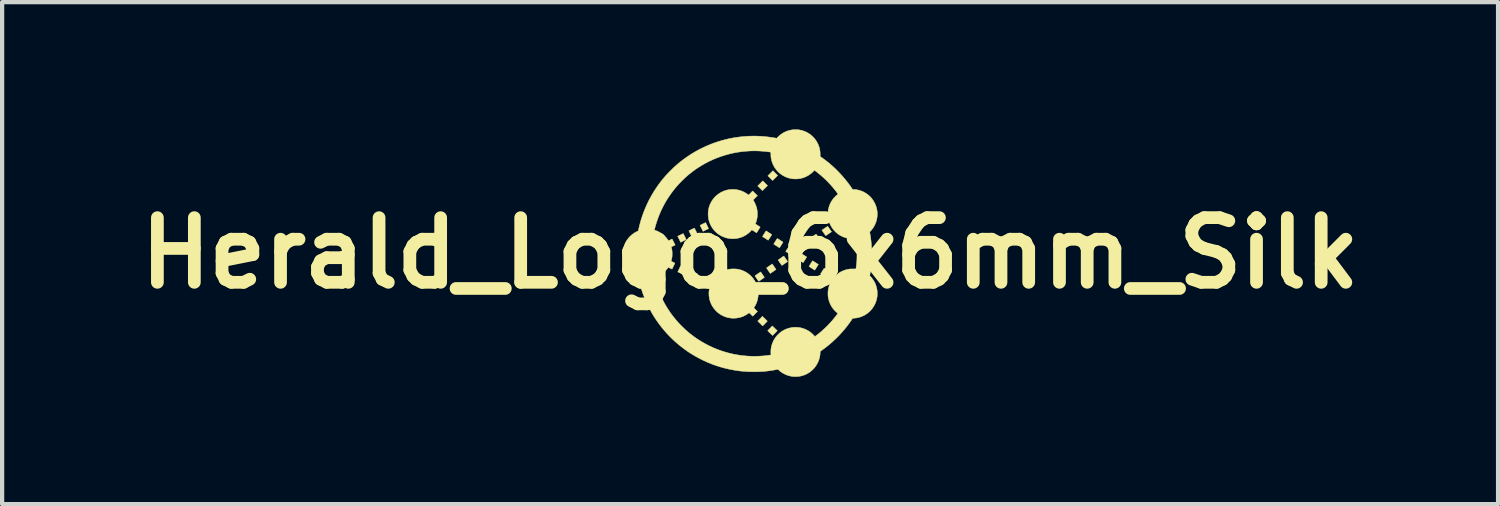
<source format=kicad_pcb>
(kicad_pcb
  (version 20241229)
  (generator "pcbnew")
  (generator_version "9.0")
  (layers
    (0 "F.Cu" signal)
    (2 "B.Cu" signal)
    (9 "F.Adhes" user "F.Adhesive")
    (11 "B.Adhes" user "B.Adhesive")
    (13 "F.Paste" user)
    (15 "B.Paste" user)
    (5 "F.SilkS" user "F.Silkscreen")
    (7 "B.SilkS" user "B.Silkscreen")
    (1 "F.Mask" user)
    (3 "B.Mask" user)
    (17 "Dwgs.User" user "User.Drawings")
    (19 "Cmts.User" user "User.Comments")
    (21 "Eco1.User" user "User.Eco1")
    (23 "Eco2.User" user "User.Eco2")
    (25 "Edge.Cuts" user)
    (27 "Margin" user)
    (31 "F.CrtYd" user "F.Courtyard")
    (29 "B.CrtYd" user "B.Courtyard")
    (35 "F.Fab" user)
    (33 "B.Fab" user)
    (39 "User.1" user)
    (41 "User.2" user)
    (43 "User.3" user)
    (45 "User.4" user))
  (footprint "Herald_Logo_6x6mm_Silk"
    (layer "F.Cu")
    (at 14.63 2.915)
    (property "Reference" "Herald_Logo_6x6mm_Silk" (at 0 0 0) (layer "F.SilkS") (effects (font (size 1.524 1.524) (thickness 0.3))))
    (attr exclude_from_pos_files exclude_from_bom)
    (fp_poly (pts (xy 0.349 1.547) (xy 0.407 1.604) (xy 0.4 1.612) (xy 0.397 1.616) (xy 0.391 1.622) (xy 0.383 1.63) (xy 0.374 1.64) (xy 0.363 1.651) (xy 0.351 1.663) (xy 0.345 1.669) (xy 0.297 1.718) (xy 0.239 1.661) (xy 0.18 1.603) (xy 0.236 1.547) (xy 0.291 1.49) (xy 0.349 1.547)) (stroke (width 0.01) (type solid)) (fill yes) (layer "F.SilkS"))
    (fp_poly (pts (xy 0.595 -1.885) (xy 0.651 -1.829) (xy 0.592 -1.77) (xy 0.579 -1.757) (xy 0.566 -1.745) (xy 0.556 -1.734) (xy 0.546 -1.725) (xy 0.539 -1.718) (xy 0.534 -1.713) (xy 0.531 -1.71) (xy 0.531 -1.71) (xy 0.53 -1.712) (xy 0.525 -1.716) (xy 0.519 -1.722) (xy 0.51 -1.731) (xy 0.5 -1.741) (xy 0.488 -1.752) (xy 0.476 -1.765) (xy 0.475 -1.766) (xy 0.419 -1.821) (xy 0.539 -1.941) (xy 0.595 -1.885)) (stroke (width 0.01) (type solid)) (fill yes) (layer "F.SilkS"))
    (fp_poly (pts (xy 0.356 -1.646) (xy 0.412 -1.59) (xy 0.352 -1.53) (xy 0.339 -1.517) (xy 0.327 -1.505) (xy 0.316 -1.495) (xy 0.307 -1.486) (xy 0.3 -1.478) (xy 0.295 -1.474) (xy 0.292 -1.471) (xy 0.292 -1.471) (xy 0.29 -1.473) (xy 0.286 -1.477) (xy 0.279 -1.483) (xy 0.271 -1.492) (xy 0.261 -1.502) (xy 0.249 -1.513) (xy 0.236 -1.526) (xy 0.235 -1.527) (xy 0.18 -1.582) (xy 0.24 -1.642) (xy 0.3 -1.702) (xy 0.356 -1.646)) (stroke (width 0.01) (type solid)) (fill yes) (layer "F.SilkS"))
    (fp_poly (pts (xy -1.02 -0.663) (xy -1.013 -0.648) (xy -1.005 -0.633) (xy -0.999 -0.619) (xy -0.993 -0.608) (xy -0.989 -0.598) (xy -0.986 -0.592) (xy -0.985 -0.591) (xy -0.978 -0.576) (xy -1.044 -0.544) (xy -1.109 -0.512) (xy -1.144 -0.583) (xy -1.152 -0.599) (xy -1.16 -0.614) (xy -1.166 -0.627) (xy -1.171 -0.638) (xy -1.175 -0.647) (xy -1.178 -0.653) (xy -1.179 -0.655) (xy -1.179 -0.655) (xy -1.177 -0.656) (xy -1.171 -0.659) (xy -1.163 -0.663) (xy -1.152 -0.668) (xy -1.139 -0.674) (xy -1.125 -0.682) (xy -1.113 -0.687) (xy -1.048 -0.719) (xy -1.02 -0.663)) (stroke (width 0.01) (type solid)) (fill yes) (layer "F.SilkS"))
    (fp_poly (pts (xy 1.83 -0.631) (xy 1.831 -0.63) (xy 1.833 -0.627) (xy 1.836 -0.623) (xy 1.841 -0.617) (xy 1.846 -0.609) (xy 1.854 -0.598) (xy 1.862 -0.586) (xy 1.873 -0.57) (xy 1.886 -0.551) (xy 1.897 -0.535) (xy 1.92 -0.502) (xy 1.854 -0.457) (xy 1.839 -0.446) (xy 1.825 -0.437) (xy 1.812 -0.429) (xy 1.802 -0.421) (xy 1.794 -0.416) (xy 1.788 -0.412) (xy 1.785 -0.41) (xy 1.785 -0.41) (xy 1.783 -0.411) (xy 1.779 -0.416) (xy 1.773 -0.423) (xy 1.766 -0.433) (xy 1.762 -0.44) (xy 1.753 -0.452) (xy 1.743 -0.467) (xy 1.732 -0.483) (xy 1.722 -0.497) (xy 1.717 -0.505) (xy 1.693 -0.539) (xy 1.76 -0.585) (xy 1.775 -0.595) (xy 1.789 -0.605) (xy 1.802 -0.613) (xy 1.812 -0.62) (xy 1.82 -0.626) (xy 1.826 -0.63) (xy 1.829 -0.631) (xy 1.829 -0.631) (xy 1.83 -0.631)) (stroke (width 0.01) (type solid)) (fill yes) (layer "F.SilkS"))
    (fp_poly (pts (xy 0.534 1.726) (xy 0.537 1.729) (xy 0.544 1.736) (xy 0.552 1.744) (xy 0.562 1.754) (xy 0.574 1.765) (xy 0.586 1.777) (xy 0.592 1.783) (xy 0.642 1.831) (xy 0.587 1.887) (xy 0.575 1.899) (xy 0.563 1.911) (xy 0.553 1.921) (xy 0.544 1.93) (xy 0.538 1.937) (xy 0.533 1.941) (xy 0.531 1.943) (xy 0.531 1.943) (xy 0.529 1.941) (xy 0.525 1.937) (xy 0.518 1.931) (xy 0.509 1.923) (xy 0.499 1.913) (xy 0.487 1.902) (xy 0.474 1.889) (xy 0.473 1.888) (xy 0.46 1.875) (xy 0.448 1.864) (xy 0.438 1.853) (xy 0.429 1.845) (xy 0.422 1.838) (xy 0.417 1.833) (xy 0.415 1.831) (xy 0.415 1.831) (xy 0.417 1.829) (xy 0.421 1.825) (xy 0.427 1.818) (xy 0.435 1.809) (xy 0.445 1.799) (xy 0.456 1.787) (xy 0.469 1.775) (xy 0.47 1.774) (xy 0.524 1.718) (xy 0.534 1.726)) (stroke (width 0.01) (type solid)) (fill yes) (layer "F.SilkS"))
    (fp_poly (pts (xy -1.574 -0.458) (xy -1.571 -0.452) (xy -1.567 -0.444) (xy -1.562 -0.434) (xy -1.556 -0.422) (xy -1.549 -0.409) (xy -1.542 -0.395) (xy -1.535 -0.381) (xy -1.528 -0.367) (xy -1.522 -0.354) (xy -1.516 -0.342) (xy -1.511 -0.332) (xy -1.508 -0.325) (xy -1.506 -0.32) (xy -1.505 -0.318) (xy -1.507 -0.317) (xy -1.513 -0.315) (xy -1.521 -0.311) (xy -1.531 -0.305) (xy -1.543 -0.3) (xy -1.555 -0.293) (xy -1.568 -0.287) (xy -1.581 -0.28) (xy -1.594 -0.274) (xy -1.605 -0.269) (xy -1.614 -0.264) (xy -1.621 -0.261) (xy -1.625 -0.259) (xy -1.637 -0.254) (xy -1.651 -0.284) (xy -1.657 -0.296) (xy -1.663 -0.31) (xy -1.671 -0.326) (xy -1.679 -0.341) (xy -1.686 -0.355) (xy -1.706 -0.396) (xy -1.642 -0.428) (xy -1.627 -0.435) (xy -1.612 -0.442) (xy -1.6 -0.448) (xy -1.59 -0.453) (xy -1.582 -0.457) (xy -1.577 -0.459) (xy -1.575 -0.459) (xy -1.574 -0.458)) (stroke (width 0.01) (type solid)) (fill yes) (layer "F.SilkS"))
    (fp_poly (pts (xy -1.083 0.566) (xy -1.074 0.57) (xy -1.064 0.575) (xy -1.052 0.581) (xy -1.039 0.587) (xy -1.025 0.594) (xy -1.012 0.6) (xy -1 0.606) (xy -0.989 0.611) (xy -0.98 0.616) (xy -0.974 0.619) (xy -0.97 0.621) (xy -0.97 0.621) (xy -0.971 0.623) (xy -0.973 0.628) (xy -0.977 0.637) (xy -0.981 0.647) (xy -0.987 0.659) (xy -0.993 0.672) (xy -1 0.686) (xy -1.007 0.701) (xy -1.013 0.714) (xy -1.019 0.727) (xy -1.025 0.739) (xy -1.03 0.749) (xy -1.034 0.757) (xy -1.036 0.761) (xy -1.037 0.762) (xy -1.039 0.762) (xy -1.045 0.76) (xy -1.053 0.756) (xy -1.064 0.751) (xy -1.077 0.745) (xy -1.091 0.738) (xy -1.104 0.732) (xy -1.119 0.725) (xy -1.133 0.718) (xy -1.146 0.712) (xy -1.156 0.707) (xy -1.164 0.703) (xy -1.168 0.7) (xy -1.169 0.699) (xy -1.169 0.697) (xy -1.166 0.691) (xy -1.162 0.683) (xy -1.157 0.671) (xy -1.151 0.658) (xy -1.144 0.643) (xy -1.136 0.628) (xy -1.136 0.627) (xy -1.102 0.557) (xy -1.083 0.566)) (stroke (width 0.01) (type solid)) (fill yes) (layer "F.SilkS"))
    (fp_poly (pts (xy 0.532 0.27) (xy 0.538 0.279) (xy 0.546 0.289) (xy 0.554 0.301) (xy 0.563 0.314) (xy 0.572 0.327) (xy 0.581 0.34) (xy 0.589 0.352) (xy 0.596 0.363) (xy 0.602 0.373) (xy 0.607 0.38) (xy 0.61 0.384) (xy 0.611 0.386) (xy 0.609 0.388) (xy 0.604 0.392) (xy 0.596 0.398) (xy 0.585 0.406) (xy 0.57 0.417) (xy 0.553 0.429) (xy 0.545 0.434) (xy 0.53 0.444) (xy 0.516 0.454) (xy 0.504 0.462) (xy 0.493 0.469) (xy 0.485 0.474) (xy 0.479 0.478) (xy 0.477 0.48) (xy 0.477 0.48) (xy 0.475 0.478) (xy 0.472 0.474) (xy 0.466 0.466) (xy 0.459 0.456) (xy 0.451 0.445) (xy 0.442 0.431) (xy 0.432 0.417) (xy 0.431 0.416) (xy 0.419 0.398) (xy 0.41 0.384) (xy 0.403 0.373) (xy 0.397 0.364) (xy 0.393 0.358) (xy 0.391 0.353) (xy 0.39 0.35) (xy 0.39 0.349) (xy 0.39 0.348) (xy 0.392 0.346) (xy 0.398 0.342) (xy 0.406 0.337) (xy 0.416 0.329) (xy 0.428 0.321) (xy 0.442 0.312) (xy 0.457 0.301) (xy 0.458 0.301) (xy 0.523 0.256) (xy 0.532 0.27)) (stroke (width 0.01) (type solid)) (fill yes) (layer "F.SilkS"))
    (fp_poly (pts (xy 1.476 0.183) (xy 1.481 0.186) (xy 1.489 0.191) (xy 1.499 0.198) (xy 1.511 0.206) (xy 1.525 0.214) (xy 1.54 0.224) (xy 1.543 0.226) (xy 1.611 0.269) (xy 1.599 0.286) (xy 1.595 0.293) (xy 1.589 0.302) (xy 1.582 0.314) (xy 1.573 0.327) (xy 1.564 0.341) (xy 1.557 0.353) (xy 1.548 0.366) (xy 1.541 0.377) (xy 1.534 0.387) (xy 1.529 0.395) (xy 1.526 0.4) (xy 1.524 0.402) (xy 1.524 0.402) (xy 1.522 0.401) (xy 1.517 0.398) (xy 1.509 0.393) (xy 1.499 0.386) (xy 1.487 0.378) (xy 1.473 0.37) (xy 1.458 0.36) (xy 1.456 0.359) (xy 1.441 0.349) (xy 1.427 0.34) (xy 1.415 0.332) (xy 1.405 0.325) (xy 1.397 0.319) (xy 1.392 0.316) (xy 1.39 0.314) (xy 1.39 0.314) (xy 1.391 0.311) (xy 1.394 0.306) (xy 1.399 0.298) (xy 1.405 0.288) (xy 1.412 0.277) (xy 1.42 0.264) (xy 1.428 0.251) (xy 1.437 0.238) (xy 1.445 0.225) (xy 1.453 0.213) (xy 1.46 0.202) (xy 1.466 0.193) (xy 1.47 0.187) (xy 1.473 0.183) (xy 1.474 0.182) (xy 1.476 0.183)) (stroke (width 0.01) (type solid)) (fill yes) (layer "F.SilkS"))
    (fp_poly (pts (xy 1.559 -0.444) (xy 1.563 -0.438) (xy 1.568 -0.43) (xy 1.575 -0.42) (xy 1.583 -0.409) (xy 1.591 -0.396) (xy 1.6 -0.383) (xy 1.609 -0.37) (xy 1.617 -0.358) (xy 1.625 -0.346) (xy 1.632 -0.335) (xy 1.638 -0.327) (xy 1.642 -0.32) (xy 1.644 -0.317) (xy 1.645 -0.316) (xy 1.643 -0.314) (xy 1.638 -0.311) (xy 1.631 -0.306) (xy 1.622 -0.299) (xy 1.612 -0.292) (xy 1.611 -0.292) (xy 1.598 -0.283) (xy 1.582 -0.272) (xy 1.566 -0.261) (xy 1.551 -0.251) (xy 1.544 -0.246) (xy 1.509 -0.222) (xy 1.492 -0.248) (xy 1.477 -0.27) (xy 1.464 -0.288) (xy 1.454 -0.304) (xy 1.445 -0.316) (xy 1.438 -0.327) (xy 1.432 -0.335) (xy 1.428 -0.341) (xy 1.425 -0.346) (xy 1.424 -0.349) (xy 1.422 -0.352) (xy 1.422 -0.353) (xy 1.422 -0.354) (xy 1.423 -0.355) (xy 1.423 -0.355) (xy 1.425 -0.357) (xy 1.431 -0.36) (xy 1.438 -0.366) (xy 1.448 -0.373) (xy 1.46 -0.381) (xy 1.472 -0.389) (xy 1.485 -0.398) (xy 1.498 -0.407) (xy 1.511 -0.416) (xy 1.524 -0.424) (xy 1.534 -0.432) (xy 1.544 -0.438) (xy 1.551 -0.442) (xy 1.555 -0.445) (xy 1.557 -0.446) (xy 1.559 -0.444)) (stroke (width 0.01) (type solid)) (fill yes) (layer "F.SilkS"))
    (fp_poly (pts (xy -1.634 0.303) (xy -1.629 0.305) (xy -1.621 0.309) (xy -1.611 0.313) (xy -1.599 0.319) (xy -1.586 0.325) (xy -1.572 0.331) (xy -1.558 0.338) (xy -1.545 0.344) (xy -1.533 0.35) (xy -1.522 0.355) (xy -1.513 0.36) (xy -1.507 0.363) (xy -1.504 0.364) (xy -1.504 0.365) (xy -1.504 0.367) (xy -1.507 0.372) (xy -1.51 0.38) (xy -1.515 0.39) (xy -1.521 0.402) (xy -1.527 0.416) (xy -1.534 0.43) (xy -1.541 0.444) (xy -1.547 0.458) (xy -1.553 0.471) (xy -1.559 0.483) (xy -1.564 0.493) (xy -1.568 0.501) (xy -1.57 0.506) (xy -1.571 0.507) (xy -1.573 0.506) (xy -1.578 0.504) (xy -1.587 0.5) (xy -1.597 0.495) (xy -1.61 0.489) (xy -1.625 0.482) (xy -1.637 0.476) (xy -1.652 0.469) (xy -1.666 0.462) (xy -1.679 0.456) (xy -1.689 0.451) (xy -1.697 0.447) (xy -1.702 0.445) (xy -1.703 0.444) (xy -1.703 0.442) (xy -1.7 0.436) (xy -1.697 0.428) (xy -1.692 0.418) (xy -1.686 0.406) (xy -1.68 0.393) (xy -1.673 0.378) (xy -1.667 0.364) (xy -1.66 0.35) (xy -1.654 0.337) (xy -1.648 0.325) (xy -1.643 0.316) (xy -1.64 0.308) (xy -1.637 0.303) (xy -1.636 0.302) (xy -1.634 0.303)) (stroke (width 0.01) (type solid)) (fill yes) (layer "F.SilkS"))
    (fp_poly (pts (xy -1.366 0.431) (xy -1.361 0.433) (xy -1.353 0.437) (xy -1.343 0.442) (xy -1.331 0.447) (xy -1.317 0.453) (xy -1.304 0.46) (xy -1.29 0.466) (xy -1.277 0.473) (xy -1.264 0.479) (xy -1.254 0.484) (xy -1.245 0.488) (xy -1.239 0.491) (xy -1.237 0.492) (xy -1.237 0.492) (xy -1.237 0.494) (xy -1.24 0.499) (xy -1.243 0.507) (xy -1.248 0.518) (xy -1.254 0.53) (xy -1.26 0.543) (xy -1.267 0.557) (xy -1.274 0.571) (xy -1.281 0.585) (xy -1.287 0.599) (xy -1.293 0.61) (xy -1.298 0.621) (xy -1.302 0.628) (xy -1.305 0.633) (xy -1.306 0.635) (xy -1.308 0.634) (xy -1.313 0.631) (xy -1.322 0.628) (xy -1.333 0.622) (xy -1.346 0.616) (xy -1.36 0.609) (xy -1.372 0.604) (xy -1.39 0.595) (xy -1.406 0.587) (xy -1.418 0.581) (xy -1.428 0.576) (xy -1.434 0.572) (xy -1.437 0.57) (xy -1.437 0.57) (xy -1.436 0.567) (xy -1.433 0.561) (xy -1.429 0.552) (xy -1.424 0.541) (xy -1.418 0.529) (xy -1.411 0.515) (xy -1.405 0.501) (xy -1.398 0.487) (xy -1.391 0.473) (xy -1.385 0.461) (xy -1.379 0.449) (xy -1.375 0.44) (xy -1.371 0.434) (xy -1.369 0.43) (xy -1.369 0.43) (xy -1.366 0.431)) (stroke (width 0.01) (type solid)) (fill yes) (layer "F.SilkS"))
    (fp_poly (pts (xy 1.201 0.008) (xy 1.207 0.011) (xy 1.217 0.017) (xy 1.23 0.025) (xy 1.246 0.035) (xy 1.266 0.048) (xy 1.281 0.057) (xy 1.295 0.066) (xy 1.307 0.074) (xy 1.317 0.081) (xy 1.326 0.086) (xy 1.331 0.09) (xy 1.333 0.091) (xy 1.334 0.092) (xy 1.333 0.095) (xy 1.33 0.1) (xy 1.326 0.107) (xy 1.321 0.116) (xy 1.313 0.128) (xy 1.304 0.144) (xy 1.293 0.16) (xy 1.284 0.175) (xy 1.275 0.188) (xy 1.267 0.201) (xy 1.26 0.211) (xy 1.255 0.219) (xy 1.252 0.224) (xy 1.25 0.226) (xy 1.25 0.226) (xy 1.248 0.225) (xy 1.243 0.222) (xy 1.236 0.217) (xy 1.226 0.211) (xy 1.214 0.203) (xy 1.2 0.194) (xy 1.185 0.185) (xy 1.184 0.184) (xy 1.169 0.174) (xy 1.155 0.165) (xy 1.143 0.157) (xy 1.132 0.15) (xy 1.124 0.145) (xy 1.118 0.142) (xy 1.116 0.14) (xy 1.116 0.14) (xy 1.116 0.138) (xy 1.117 0.135) (xy 1.12 0.129) (xy 1.125 0.12) (xy 1.132 0.109) (xy 1.141 0.094) (xy 1.153 0.077) (xy 1.155 0.074) (xy 1.164 0.059) (xy 1.173 0.045) (xy 1.181 0.033) (xy 1.188 0.023) (xy 1.193 0.015) (xy 1.197 0.01) (xy 1.199 0.008) (xy 1.201 0.008)) (stroke (width 0.01) (type solid)) (fill yes) (layer "F.SilkS"))
    (fp_poly (pts (xy -1.311 -0.587) (xy -1.308 -0.582) (xy -1.304 -0.574) (xy -1.299 -0.563) (xy -1.293 -0.552) (xy -1.286 -0.538) (xy -1.279 -0.524) (xy -1.272 -0.51) (xy -1.265 -0.497) (xy -1.259 -0.484) (xy -1.253 -0.472) (xy -1.248 -0.462) (xy -1.245 -0.455) (xy -1.243 -0.45) (xy -1.242 -0.449) (xy -1.244 -0.448) (xy -1.249 -0.445) (xy -1.257 -0.441) (xy -1.267 -0.435) (xy -1.279 -0.429) (xy -1.292 -0.423) (xy -1.305 -0.416) (xy -1.319 -0.409) (xy -1.332 -0.403) (xy -1.344 -0.397) (xy -1.355 -0.391) (xy -1.363 -0.387) (xy -1.369 -0.384) (xy -1.372 -0.383) (xy -1.373 -0.383) (xy -1.374 -0.385) (xy -1.376 -0.39) (xy -1.38 -0.398) (xy -1.386 -0.409) (xy -1.392 -0.422) (xy -1.399 -0.436) (xy -1.407 -0.452) (xy -1.407 -0.453) (xy -1.415 -0.469) (xy -1.422 -0.484) (xy -1.429 -0.497) (xy -1.434 -0.508) (xy -1.438 -0.517) (xy -1.441 -0.522) (xy -1.441 -0.525) (xy -1.441 -0.525) (xy -1.44 -0.526) (xy -1.435 -0.529) (xy -1.427 -0.533) (xy -1.417 -0.538) (xy -1.405 -0.544) (xy -1.392 -0.55) (xy -1.379 -0.557) (xy -1.365 -0.564) (xy -1.352 -0.57) (xy -1.34 -0.576) (xy -1.329 -0.581) (xy -1.321 -0.585) (xy -1.315 -0.587) (xy -1.312 -0.588) (xy -1.312 -0.588) (xy -1.311 -0.587)) (stroke (width 0.01) (type solid)) (fill yes) (layer "F.SilkS"))
    (fp_poly (pts (xy 0.251 0.446) (xy 0.255 0.451) (xy 0.26 0.458) (xy 0.267 0.468) (xy 0.274 0.479) (xy 0.283 0.491) (xy 0.292 0.504) (xy 0.3 0.517) (xy 0.309 0.529) (xy 0.317 0.541) (xy 0.324 0.552) (xy 0.33 0.561) (xy 0.335 0.568) (xy 0.337 0.572) (xy 0.337 0.573) (xy 0.336 0.574) (xy 0.331 0.578) (xy 0.324 0.583) (xy 0.314 0.59) (xy 0.303 0.598) (xy 0.291 0.607) (xy 0.278 0.616) (xy 0.265 0.625) (xy 0.252 0.634) (xy 0.24 0.643) (xy 0.229 0.65) (xy 0.219 0.657) (xy 0.211 0.662) (xy 0.206 0.665) (xy 0.204 0.666) (xy 0.203 0.664) (xy 0.199 0.66) (xy 0.193 0.652) (xy 0.186 0.643) (xy 0.178 0.631) (xy 0.169 0.618) (xy 0.159 0.603) (xy 0.159 0.603) (xy 0.149 0.588) (xy 0.14 0.575) (xy 0.131 0.563) (xy 0.125 0.553) (xy 0.119 0.545) (xy 0.116 0.54) (xy 0.115 0.538) (xy 0.116 0.536) (xy 0.121 0.533) (xy 0.128 0.527) (xy 0.137 0.521) (xy 0.148 0.513) (xy 0.161 0.504) (xy 0.174 0.495) (xy 0.187 0.486) (xy 0.2 0.477) (xy 0.212 0.469) (xy 0.224 0.461) (xy 0.234 0.454) (xy 0.242 0.449) (xy 0.247 0.446) (xy 0.249 0.445) (xy 0.25 0.445) (xy 0.251 0.446)) (stroke (width 0.01) (type solid)) (fill yes) (layer "F.SilkS"))
    (fp_poly (pts (xy 0.379 -0.522) (xy 0.384 -0.519) (xy 0.392 -0.514) (xy 0.402 -0.508) (xy 0.413 -0.5) (xy 0.426 -0.492) (xy 0.439 -0.484) (xy 0.453 -0.475) (xy 0.466 -0.466) (xy 0.478 -0.458) (xy 0.489 -0.451) (xy 0.499 -0.444) (xy 0.506 -0.439) (xy 0.511 -0.436) (xy 0.512 -0.435) (xy 0.511 -0.433) (xy 0.508 -0.428) (xy 0.503 -0.42) (xy 0.497 -0.41) (xy 0.49 -0.399) (xy 0.482 -0.386) (xy 0.474 -0.373) (xy 0.465 -0.36) (xy 0.457 -0.347) (xy 0.449 -0.334) (xy 0.442 -0.324) (xy 0.436 -0.315) (xy 0.431 -0.308) (xy 0.428 -0.304) (xy 0.428 -0.303) (xy 0.426 -0.304) (xy 0.42 -0.307) (xy 0.413 -0.312) (xy 0.402 -0.318) (xy 0.39 -0.326) (xy 0.377 -0.335) (xy 0.362 -0.345) (xy 0.361 -0.345) (xy 0.346 -0.355) (xy 0.332 -0.364) (xy 0.32 -0.372) (xy 0.31 -0.378) (xy 0.301 -0.384) (xy 0.296 -0.387) (xy 0.294 -0.389) (xy 0.294 -0.389) (xy 0.294 -0.391) (xy 0.297 -0.397) (xy 0.302 -0.406) (xy 0.31 -0.419) (xy 0.32 -0.435) (xy 0.332 -0.453) (xy 0.334 -0.457) (xy 0.343 -0.472) (xy 0.352 -0.486) (xy 0.36 -0.498) (xy 0.367 -0.508) (xy 0.372 -0.516) (xy 0.375 -0.521) (xy 0.377 -0.523) (xy 0.377 -0.523) (xy 0.379 -0.522)) (stroke (width 0.01) (type solid)) (fill yes) (layer "F.SilkS"))
    (fp_poly (pts (xy 0.796 0.072) (xy 0.8 0.077) (xy 0.806 0.084) (xy 0.813 0.094) (xy 0.821 0.106) (xy 0.83 0.119) (xy 0.84 0.134) (xy 0.841 0.135) (xy 0.853 0.152) (xy 0.862 0.166) (xy 0.87 0.178) (xy 0.875 0.186) (xy 0.879 0.193) (xy 0.881 0.197) (xy 0.883 0.2) (xy 0.882 0.202) (xy 0.882 0.202) (xy 0.88 0.204) (xy 0.874 0.208) (xy 0.866 0.214) (xy 0.856 0.221) (xy 0.844 0.229) (xy 0.831 0.238) (xy 0.818 0.247) (xy 0.805 0.256) (xy 0.792 0.264) (xy 0.78 0.272) (xy 0.77 0.279) (xy 0.761 0.285) (xy 0.754 0.289) (xy 0.75 0.292) (xy 0.75 0.292) (xy 0.748 0.29) (xy 0.744 0.286) (xy 0.739 0.278) (xy 0.732 0.268) (xy 0.723 0.256) (xy 0.714 0.243) (xy 0.705 0.229) (xy 0.695 0.215) (xy 0.686 0.201) (xy 0.678 0.189) (xy 0.671 0.179) (xy 0.666 0.171) (xy 0.663 0.166) (xy 0.662 0.164) (xy 0.663 0.162) (xy 0.668 0.159) (xy 0.675 0.153) (xy 0.685 0.147) (xy 0.696 0.139) (xy 0.708 0.13) (xy 0.721 0.121) (xy 0.734 0.112) (xy 0.747 0.103) (xy 0.759 0.094) (xy 0.771 0.086) (xy 0.78 0.08) (xy 0.788 0.075) (xy 0.793 0.072) (xy 0.795 0.071) (xy 0.796 0.072)) (stroke (width 0.01) (type solid)) (fill yes) (layer "F.SilkS"))
    (fp_poly (pts (xy 0.929 -0.168) (xy 0.934 -0.165) (xy 0.942 -0.16) (xy 0.952 -0.154) (xy 0.963 -0.147) (xy 0.976 -0.138) (xy 0.989 -0.13) (xy 1.003 -0.121) (xy 1.016 -0.113) (xy 1.028 -0.105) (xy 1.039 -0.097) (xy 1.048 -0.091) (xy 1.055 -0.087) (xy 1.059 -0.083) (xy 1.06 -0.082) (xy 1.059 -0.08) (xy 1.056 -0.075) (xy 1.051 -0.067) (xy 1.045 -0.057) (xy 1.038 -0.045) (xy 1.03 -0.033) (xy 1.021 -0.02) (xy 1.013 -0.007) (xy 1.004 0.006) (xy 0.996 0.018) (xy 0.989 0.029) (xy 0.983 0.038) (xy 0.979 0.044) (xy 0.976 0.048) (xy 0.975 0.049) (xy 0.973 0.047) (xy 0.967 0.044) (xy 0.959 0.039) (xy 0.949 0.033) (xy 0.936 0.025) (xy 0.923 0.016) (xy 0.908 0.007) (xy 0.907 0.006) (xy 0.892 -0.004) (xy 0.878 -0.013) (xy 0.866 -0.021) (xy 0.856 -0.027) (xy 0.848 -0.033) (xy 0.843 -0.036) (xy 0.841 -0.038) (xy 0.841 -0.038) (xy 0.842 -0.04) (xy 0.845 -0.045) (xy 0.849 -0.053) (xy 0.855 -0.063) (xy 0.863 -0.074) (xy 0.871 -0.087) (xy 0.879 -0.1) (xy 0.888 -0.113) (xy 0.896 -0.126) (xy 0.904 -0.138) (xy 0.911 -0.149) (xy 0.917 -0.158) (xy 0.922 -0.165) (xy 0.925 -0.169) (xy 0.926 -0.17) (xy 0.929 -0.168)) (stroke (width 0.01) (type solid)) (fill yes) (layer "F.SilkS"))
    (fp_poly (pts (xy 1.284 -0.257) (xy 1.288 -0.252) (xy 1.293 -0.245) (xy 1.3 -0.235) (xy 1.308 -0.224) (xy 1.316 -0.212) (xy 1.325 -0.199) (xy 1.334 -0.186) (xy 1.342 -0.174) (xy 1.35 -0.162) (xy 1.358 -0.151) (xy 1.364 -0.142) (xy 1.368 -0.135) (xy 1.371 -0.131) (xy 1.371 -0.13) (xy 1.37 -0.128) (xy 1.365 -0.125) (xy 1.358 -0.119) (xy 1.348 -0.113) (xy 1.338 -0.105) (xy 1.325 -0.096) (xy 1.312 -0.087) (xy 1.299 -0.078) (xy 1.286 -0.069) (xy 1.274 -0.06) (xy 1.263 -0.053) (xy 1.253 -0.046) (xy 1.245 -0.041) (xy 1.24 -0.038) (xy 1.238 -0.037) (xy 1.236 -0.039) (xy 1.232 -0.044) (xy 1.225 -0.052) (xy 1.216 -0.064) (xy 1.205 -0.08) (xy 1.192 -0.099) (xy 1.192 -0.1) (xy 1.182 -0.115) (xy 1.173 -0.128) (xy 1.165 -0.14) (xy 1.158 -0.15) (xy 1.153 -0.158) (xy 1.149 -0.164) (xy 1.148 -0.166) (xy 1.148 -0.166) (xy 1.15 -0.167) (xy 1.155 -0.171) (xy 1.162 -0.176) (xy 1.171 -0.183) (xy 1.183 -0.19) (xy 1.195 -0.199) (xy 1.208 -0.208) (xy 1.221 -0.217) (xy 1.234 -0.226) (xy 1.247 -0.234) (xy 1.258 -0.242) (xy 1.268 -0.249) (xy 1.276 -0.254) (xy 1.281 -0.257) (xy 1.283 -0.258) (xy 1.283 -0.258) (xy 1.284 -0.257)) (stroke (width 0.01) (type solid)) (fill yes) (layer "F.SilkS"))
    (fp_poly (pts (xy 1.748 0.36) (xy 1.754 0.362) (xy 1.761 0.367) (xy 1.771 0.373) (xy 1.783 0.38) (xy 1.795 0.388) (xy 1.808 0.396) (xy 1.822 0.405) (xy 1.835 0.414) (xy 1.847 0.422) (xy 1.859 0.43) (xy 1.868 0.436) (xy 1.876 0.442) (xy 1.881 0.445) (xy 1.882 0.447) (xy 1.882 0.447) (xy 1.88 0.452) (xy 1.875 0.459) (xy 1.869 0.469) (xy 1.862 0.48) (xy 1.854 0.492) (xy 1.845 0.505) (xy 1.837 0.519) (xy 1.828 0.532) (xy 1.82 0.544) (xy 1.813 0.555) (xy 1.807 0.564) (xy 1.802 0.572) (xy 1.799 0.576) (xy 1.797 0.578) (xy 1.795 0.577) (xy 1.79 0.573) (xy 1.782 0.568) (xy 1.772 0.562) (xy 1.76 0.554) (xy 1.746 0.545) (xy 1.731 0.535) (xy 1.729 0.534) (xy 1.714 0.525) (xy 1.701 0.516) (xy 1.688 0.507) (xy 1.678 0.5) (xy 1.67 0.495) (xy 1.665 0.491) (xy 1.663 0.489) (xy 1.663 0.489) (xy 1.664 0.487) (xy 1.668 0.482) (xy 1.672 0.474) (xy 1.679 0.464) (xy 1.686 0.452) (xy 1.694 0.44) (xy 1.702 0.427) (xy 1.711 0.414) (xy 1.719 0.401) (xy 1.727 0.389) (xy 1.734 0.378) (xy 1.739 0.369) (xy 1.743 0.363) (xy 1.746 0.36) (xy 1.746 0.359) (xy 1.748 0.36)) (stroke (width 0.01) (type solid)) (fill yes) (layer "F.SilkS"))
    (fp_poly (pts (xy 0.644 -0.342) (xy 0.649 -0.34) (xy 0.655 -0.336) (xy 0.664 -0.331) (xy 0.676 -0.324) (xy 0.69 -0.315) (xy 0.708 -0.303) (xy 0.709 -0.302) (xy 0.724 -0.292) (xy 0.738 -0.283) (xy 0.751 -0.275) (xy 0.761 -0.268) (xy 0.769 -0.263) (xy 0.774 -0.259) (xy 0.777 -0.257) (xy 0.777 -0.257) (xy 0.776 -0.255) (xy 0.773 -0.25) (xy 0.768 -0.242) (xy 0.762 -0.232) (xy 0.755 -0.221) (xy 0.747 -0.208) (xy 0.738 -0.195) (xy 0.73 -0.182) (xy 0.722 -0.169) (xy 0.714 -0.157) (xy 0.707 -0.146) (xy 0.701 -0.137) (xy 0.696 -0.13) (xy 0.693 -0.126) (xy 0.692 -0.125) (xy 0.69 -0.126) (xy 0.685 -0.129) (xy 0.677 -0.134) (xy 0.667 -0.141) (xy 0.655 -0.149) (xy 0.641 -0.157) (xy 0.626 -0.167) (xy 0.625 -0.167) (xy 0.611 -0.177) (xy 0.597 -0.186) (xy 0.584 -0.194) (xy 0.574 -0.201) (xy 0.566 -0.206) (xy 0.56 -0.21) (xy 0.558 -0.211) (xy 0.558 -0.211) (xy 0.559 -0.213) (xy 0.562 -0.219) (xy 0.566 -0.226) (xy 0.572 -0.236) (xy 0.579 -0.247) (xy 0.587 -0.26) (xy 0.595 -0.273) (xy 0.603 -0.286) (xy 0.611 -0.299) (xy 0.619 -0.311) (xy 0.626 -0.322) (xy 0.632 -0.331) (xy 0.637 -0.338) (xy 0.64 -0.342) (xy 0.64 -0.342) (xy 0.642 -0.343) (xy 0.644 -0.342)) (stroke (width 0.01) (type solid)) (fill yes) (layer "F.SilkS"))
    (fp_poly (pts (xy -0.373 -1.5) (xy -0.358 -1.499) (xy -0.352 -1.499) (xy -0.316 -1.494) (xy -0.28 -1.487) (xy -0.245 -1.478) (xy -0.212 -1.468) (xy -0.2 -1.463) (xy -0.176 -1.453) (xy -0.15 -1.441) (xy -0.124 -1.427) (xy -0.099 -1.412) (xy -0.076 -1.398) (xy -0.056 -1.383) (xy -0.05 -1.378) (xy -0.036 -1.367) (xy 0.013 -1.415) (xy 0.061 -1.464) (xy 0.117 -1.408) (xy 0.174 -1.352) (xy 0.123 -1.301) (xy 0.072 -1.25) (xy 0.085 -1.23) (xy 0.099 -1.206) (xy 0.112 -1.18) (xy 0.125 -1.151) (xy 0.137 -1.122) (xy 0.147 -1.093) (xy 0.155 -1.068) (xy 0.165 -1.021) (xy 0.171 -0.973) (xy 0.173 -0.925) (xy 0.172 -0.877) (xy 0.166 -0.829) (xy 0.157 -0.782) (xy 0.144 -0.737) (xy 0.131 -0.703) (xy 0.128 -0.695) (xy 0.126 -0.69) (xy 0.125 -0.687) (xy 0.125 -0.687) (xy 0.127 -0.686) (xy 0.132 -0.682) (xy 0.14 -0.677) (xy 0.15 -0.671) (xy 0.162 -0.663) (xy 0.175 -0.655) (xy 0.181 -0.651) (xy 0.195 -0.642) (xy 0.207 -0.634) (xy 0.218 -0.627) (xy 0.227 -0.621) (xy 0.234 -0.617) (xy 0.237 -0.614) (xy 0.238 -0.614) (xy 0.237 -0.612) (xy 0.234 -0.607) (xy 0.23 -0.598) (xy 0.224 -0.588) (xy 0.216 -0.576) (xy 0.208 -0.562) (xy 0.198 -0.547) (xy 0.197 -0.544) (xy 0.154 -0.477) (xy 0.098 -0.512) (xy 0.042 -0.548) (xy 0.034 -0.539) (xy -0.001 -0.502) (xy -0.038 -0.469) (xy -0.078 -0.439) (xy -0.119 -0.413) (xy -0.163 -0.391) (xy -0.208 -0.372) (xy -0.256 -0.357) (xy -0.305 -0.346) (xy -0.325 -0.343) (xy -0.343 -0.341) (xy -0.363 -0.339) (xy -0.386 -0.338) (xy -0.409 -0.337) (xy -0.43 -0.338) (xy -0.449 -0.339) (xy -0.451 -0.339) (xy -0.5 -0.345) (xy -0.548 -0.355) (xy -0.594 -0.368) (xy -0.64 -0.386) (xy -0.683 -0.407) (xy -0.724 -0.431) (xy -0.764 -0.459) (xy -0.8 -0.49) (xy -0.835 -0.524) (xy -0.866 -0.561) (xy -0.895 -0.601) (xy -0.907 -0.62) (xy -0.931 -0.664) (xy -0.95 -0.708) (xy -0.966 -0.754) (xy -0.978 -0.8) (xy -0.985 -0.848) (xy -0.989 -0.898) (xy -0.989 -0.92) (xy -0.987 -0.969) (xy -0.982 -1.016) (xy -0.972 -1.063) (xy -0.959 -1.108) (xy -0.941 -1.152) (xy -0.929 -1.177) (xy -0.909 -1.215) (xy -0.887 -1.25) (xy -0.862 -1.283) (xy -0.834 -1.315) (xy -0.826 -1.324) (xy -0.789 -1.358) (xy -0.751 -1.389) (xy -0.711 -1.416) (xy -0.668 -1.44) (xy -0.624 -1.46) (xy -0.577 -1.476) (xy -0.529 -1.489) (xy -0.492 -1.496) (xy -0.48 -1.497) (xy -0.464 -1.498) (xy -0.447 -1.499) (xy -0.428 -1.5) (xy -0.408 -1.5) (xy -0.39 -1.5) (xy -0.373 -1.5)) (stroke (width 0.01) (type solid)) (fill yes) (layer "F.SilkS"))
    (fp_poly (pts (xy -0.376 0.374) (xy -0.355 0.374) (xy -0.336 0.375) (xy -0.32 0.376) (xy -0.31 0.377) (xy -0.26 0.387) (xy -0.211 0.4) (xy -0.165 0.417) (xy -0.12 0.438) (xy -0.078 0.462) (xy -0.038 0.49) (xy -0.000355 0.521) (xy 0.035 0.555) (xy 0.067 0.593) (xy 0.078 0.607) (xy 0.105 0.647) (xy 0.129 0.689) (xy 0.15 0.734) (xy 0.166 0.78) (xy 0.179 0.828) (xy 0.187 0.87) (xy 0.189 0.884) (xy 0.191 0.901) (xy 0.192 0.921) (xy 0.192 0.942) (xy 0.192 0.963) (xy 0.192 0.983) (xy 0.191 1.002) (xy 0.19 1.018) (xy 0.19 1.023) (xy 0.182 1.07) (xy 0.171 1.116) (xy 0.157 1.161) (xy 0.139 1.204) (xy 0.117 1.245) (xy 0.103 1.269) (xy 0.097 1.277) (xy 0.093 1.285) (xy 0.09 1.29) (xy 0.089 1.292) (xy 0.091 1.294) (xy 0.095 1.299) (xy 0.101 1.305) (xy 0.11 1.314) (xy 0.12 1.323) (xy 0.131 1.334) (xy 0.131 1.334) (xy 0.142 1.345) (xy 0.152 1.355) (xy 0.161 1.363) (xy 0.168 1.369) (xy 0.172 1.374) (xy 0.174 1.376) (xy 0.174 1.376) (xy 0.172 1.378) (xy 0.168 1.382) (xy 0.162 1.389) (xy 0.153 1.397) (xy 0.143 1.408) (xy 0.132 1.42) (xy 0.12 1.432) (xy 0.119 1.433) (xy 0.064 1.489) (xy 0.023 1.449) (xy 0.012 1.438) (xy 0.001 1.429) (xy -0.007 1.42) (xy -0.014 1.414) (xy -0.019 1.41) (xy -0.021 1.408) (xy -0.021 1.408) (xy -0.023 1.409) (xy -0.028 1.412) (xy -0.035 1.417) (xy -0.04 1.42) (xy -0.064 1.437) (xy -0.09 1.453) (xy -0.118 1.469) (xy -0.146 1.483) (xy -0.173 1.495) (xy -0.185 1.5) (xy -0.232 1.515) (xy -0.28 1.526) (xy -0.33 1.533) (xy -0.379 1.536) (xy -0.428 1.535) (xy -0.437 1.534) (xy -0.485 1.528) (xy -0.532 1.518) (xy -0.579 1.504) (xy -0.624 1.486) (xy -0.667 1.465) (xy -0.709 1.44) (xy -0.749 1.411) (xy -0.786 1.379) (xy -0.8 1.365) (xy -0.833 1.329) (xy -0.863 1.291) (xy -0.89 1.25) (xy -0.912 1.208) (xy -0.932 1.164) (xy -0.947 1.118) (xy -0.959 1.072) (xy -0.966 1.024) (xy -0.97 0.976) (xy -0.97 0.928) (xy -0.965 0.879) (xy -0.962 0.857) (xy -0.952 0.808) (xy -0.938 0.762) (xy -0.92 0.717) (xy -0.898 0.674) (xy -0.873 0.633) (xy -0.845 0.594) (xy -0.814 0.558) (xy -0.78 0.524) (xy -0.743 0.493) (xy -0.704 0.466) (xy -0.662 0.441) (xy -0.618 0.42) (xy -0.572 0.402) (xy -0.572 0.402) (xy -0.537 0.392) (xy -0.501 0.383) (xy -0.468 0.377) (xy -0.454 0.376) (xy -0.437 0.375) (xy -0.418 0.374) (xy -0.397 0.373) (xy -0.376 0.374)) (stroke (width 0.01) (type solid)) (fill yes) (layer "F.SilkS"))
    (fp_poly (pts (xy 1.136 -2.907) (xy 1.185 -2.899) (xy 1.198 -2.896) (xy 1.245 -2.884) (xy 1.291 -2.867) (xy 1.335 -2.847) (xy 1.377 -2.823) (xy 1.417 -2.797) (xy 1.454 -2.766) (xy 1.489 -2.733) (xy 1.521 -2.697) (xy 1.55 -2.659) (xy 1.576 -2.617) (xy 1.589 -2.593) (xy 1.61 -2.548) (xy 1.627 -2.503) (xy 1.639 -2.457) (xy 1.648 -2.41) (xy 1.652 -2.361) (xy 1.653 -2.319) (xy 1.652 -2.278) (xy 1.686 -2.254) (xy 1.772 -2.191) (xy 1.856 -2.125) (xy 1.937 -2.055) (xy 2.016 -1.982) (xy 2.091 -1.906) (xy 2.164 -1.828) (xy 2.234 -1.746) (xy 2.301 -1.663) (xy 2.364 -1.577) (xy 2.398 -1.527) (xy 2.415 -1.501) (xy 2.446 -1.5) (xy 2.494 -1.496) (xy 2.542 -1.488) (xy 2.589 -1.475) (xy 2.635 -1.459) (xy 2.679 -1.439) (xy 2.721 -1.415) (xy 2.739 -1.404) (xy 2.779 -1.375) (xy 2.816 -1.343) (xy 2.85 -1.309) (xy 2.88 -1.271) (xy 2.908 -1.231) (xy 2.932 -1.189) (xy 2.953 -1.145) (xy 2.97 -1.099) (xy 2.984 -1.051) (xy 2.993 -1.003) (xy 2.994 -0.995) (xy 2.996 -0.977) (xy 2.998 -0.955) (xy 2.998 -0.932) (xy 2.998 -0.908) (xy 2.997 -0.884) (xy 2.996 -0.862) (xy 2.994 -0.843) (xy 2.993 -0.836) (xy 2.984 -0.786) (xy 2.97 -0.738) (xy 2.953 -0.692) (xy 2.932 -0.647) (xy 2.907 -0.605) (xy 2.879 -0.565) (xy 2.847 -0.527) (xy 2.838 -0.517) (xy 2.82 -0.498) (xy 2.826 -0.463) (xy 2.84 -0.377) (xy 2.851 -0.289) (xy 2.86 -0.199) (xy 2.865 -0.107) (xy 2.867 -0.017) (xy 2.868 0.056) (xy 2.866 0.127) (xy 2.863 0.196) (xy 2.858 0.263) (xy 2.851 0.331) (xy 2.842 0.4) (xy 2.831 0.471) (xy 2.831 0.475) (xy 2.821 0.534) (xy 2.839 0.553) (xy 2.872 0.591) (xy 2.901 0.631) (xy 2.927 0.673) (xy 2.949 0.717) (xy 2.967 0.763) (xy 2.981 0.811) (xy 2.992 0.861) (xy 2.994 0.877) (xy 2.996 0.891) (xy 2.997 0.907) (xy 2.998 0.926) (xy 2.998 0.946) (xy 2.998 0.967) (xy 2.998 0.986) (xy 2.997 1.004) (xy 2.996 1.018) (xy 2.995 1.022) (xy 2.988 1.069) (xy 2.977 1.113) (xy 2.963 1.156) (xy 2.945 1.199) (xy 2.939 1.212) (xy 2.916 1.254) (xy 2.889 1.294) (xy 2.859 1.332) (xy 2.827 1.368) (xy 2.791 1.4) (xy 2.753 1.43) (xy 2.712 1.456) (xy 2.674 1.476) (xy 2.632 1.495) (xy 2.59 1.51) (xy 2.547 1.522) (xy 2.502 1.53) (xy 2.455 1.535) (xy 2.454 1.535) (xy 2.418 1.538) (xy 2.408 1.553) (xy 2.403 1.56) (xy 2.397 1.569) (xy 2.389 1.58) (xy 2.381 1.593) (xy 2.372 1.605) (xy 2.37 1.609) (xy 2.306 1.696) (xy 2.239 1.781) (xy 2.169 1.863) (xy 2.096 1.943) (xy 2.02 2.019) (xy 1.94 2.093) (xy 1.858 2.164) (xy 1.773 2.231) (xy 1.7 2.285) (xy 1.654 2.318) (xy 1.652 2.353) (xy 1.649 2.402) (xy 1.64 2.451) (xy 1.628 2.498) (xy 1.613 2.544) (xy 1.593 2.588) (xy 1.569 2.631) (xy 1.542 2.672) (xy 1.512 2.711) (xy 1.479 2.745) (xy 1.443 2.778) (xy 1.404 2.808) (xy 1.363 2.834) (xy 1.32 2.857) (xy 1.275 2.876) (xy 1.228 2.891) (xy 1.18 2.902) (xy 1.156 2.906) (xy 1.146 2.908) (xy 1.133 2.909) (xy 1.118 2.91) (xy 1.102 2.911) (xy 1.086 2.911) (xy 1.07 2.912) (xy 1.055 2.912) (xy 1.042 2.912) (xy 1.032 2.912) (xy 1.028 2.911) (xy 1.023 2.911) (xy 1.015 2.91) (xy 1.006 2.909) (xy 1.001 2.908) (xy 0.957 2.901) (xy 0.913 2.89) (xy 0.869 2.876) (xy 0.826 2.858) (xy 0.785 2.837) (xy 0.746 2.813) (xy 0.71 2.787) (xy 0.678 2.759) (xy 0.658 2.741) (xy 0.612 2.749) (xy 0.533 2.763) (xy 0.455 2.775) (xy 0.379 2.784) (xy 0.303 2.791) (xy 0.226 2.795) (xy 0.148 2.798) (xy 0.09 2.798) (xy -0.005 2.797) (xy -0.098 2.792) (xy -0.19 2.785) (xy -0.281 2.774) (xy -0.373 2.76) (xy -0.466 2.742) (xy -0.487 2.738) (xy -0.592 2.714) (xy -0.695 2.686) (xy -0.797 2.654) (xy -0.897 2.618) (xy -0.996 2.578) (xy -1.093 2.534) (xy -1.188 2.487) (xy -1.281 2.436) (xy -1.373 2.382) (xy -1.462 2.325) (xy -1.549 2.263) (xy -1.633 2.199) (xy -1.716 2.131) (xy -1.795 2.061) (xy -1.872 1.987) (xy -1.946 1.91) (xy -2.018 1.83) (xy -2.086 1.747) (xy -2.14 1.676) (xy -2.186 1.613) (xy -2.229 1.55) (xy -2.27 1.487) (xy -2.308 1.423) (xy -2.345 1.357) (xy -2.381 1.288) (xy -2.405 1.24) (xy -2.45 1.144) (xy -2.491 1.046) (xy -2.529 0.947) (xy -2.562 0.846) (xy -2.592 0.745) (xy -2.617 0.643) (xy -2.628 0.595) (xy -2.636 0.557) (xy -2.657 0.548) (xy -2.693 0.531) (xy -2.729 0.509) (xy -2.764 0.485) (xy -2.798 0.458) (xy -2.829 0.429) (xy -2.863 0.392) (xy -2.893 0.353) (xy -2.92 0.312) (xy -2.942 0.268) (xy -2.962 0.224) (xy -2.977 0.177) (xy -2.988 0.129) (xy -2.995 0.08) (xy -2.999 0.037) (xy -2.998 -0.012) (xy -2.994 -0.06) (xy -2.985 -0.108) (xy -2.973 -0.154) (xy -2.957 -0.2) (xy -2.936 -0.244) (xy -2.913 -0.287) (xy -2.885 -0.328) (xy -2.854 -0.366) (xy -2.85 -0.371) (xy -2.817 -0.405) (xy -2.781 -0.436) (xy -2.742 -0.465) (xy -2.701 -0.49) (xy -2.659 -0.512) (xy -2.634 -0.523) (xy -2.629 -0.547) (xy -2.255 -0.547) (xy -2.255 -0.544) (xy -2.253 -0.542) (xy -2.25 -0.54) (xy -2.244 -0.538) (xy -2.235 -0.535) (xy -2.234 -0.535) (xy -2.187 -0.517) (xy -2.143 -0.495) (xy -2.101 -0.47) (xy -2.061 -0.442) (xy -2.023 -0.41) (xy -2.009 -0.396) (xy -1.983 -0.369) (xy -1.96 -0.342) (xy -1.941 -0.317) (xy -1.935 -0.307) (xy -1.924 -0.29) (xy -1.904 -0.299) (xy -1.894 -0.304) (xy -1.882 -0.31) (xy -1.869 -0.316) (xy -1.861 -0.32) (xy -1.838 -0.332) (xy -1.801 -0.261) (xy -1.793 -0.245) (xy -1.786 -0.23) (xy -1.779 -0.217) (xy -1.774 -0.206) (xy -1.769 -0.198) (xy -1.767 -0.192) (xy -1.766 -0.19) (xy -1.766 -0.189) (xy -1.768 -0.188) (xy -1.773 -0.186) (xy -1.781 -0.182) (xy -1.791 -0.177) (xy -1.803 -0.171) (xy -1.812 -0.167) (xy -1.825 -0.161) (xy -1.836 -0.156) (xy -1.846 -0.151) (xy -1.853 -0.148) (xy -1.857 -0.146) (xy -1.858 -0.145) (xy -1.857 -0.143) (xy -1.856 -0.138) (xy -1.854 -0.13) (xy -1.852 -0.122) (xy -1.845 -0.092) (xy -1.84 -0.064) (xy -1.837 -0.036) (xy -1.836 -0.006) (xy -1.836 0.026) (xy -1.836 0.035) (xy -1.836 0.05) (xy -1.837 0.065) (xy -1.838 0.08) (xy -1.839 0.092) (xy -1.84 0.101) (xy -1.84 0.102) (xy -1.842 0.112) (xy -1.845 0.125) (xy -1.848 0.14) (xy -1.851 0.155) (xy -1.855 0.17) (xy -1.858 0.182) (xy -1.86 0.188) (xy -1.86 0.189) (xy -1.859 0.191) (xy -1.857 0.193) (xy -1.853 0.196) (xy -1.847 0.199) (xy -1.839 0.203) (xy -1.827 0.209) (xy -1.816 0.214) (xy -1.804 0.22) (xy -1.792 0.226) (xy -1.783 0.231) (xy -1.776 0.234) (xy -1.772 0.237) (xy -1.772 0.237) (xy -1.773 0.24) (xy -1.775 0.245) (xy -1.779 0.253) (xy -1.784 0.264) (xy -1.79 0.276) (xy -1.796 0.29) (xy -1.803 0.304) (xy -1.81 0.318) (xy -1.816 0.332) (xy -1.823 0.345) (xy -1.828 0.356) (xy -1.833 0.366) (xy -1.836 0.372) (xy -1.838 0.376) (xy -1.839 0.377) (xy -1.841 0.377) (xy -1.847 0.375) (xy -1.855 0.371) (xy -1.865 0.367) (xy -1.877 0.361) (xy -1.885 0.357) (xy -1.929 0.336) (xy -1.933 0.341) (xy -1.95 0.365) (xy -1.967 0.386) (xy -1.982 0.404) (xy -1.997 0.421) (xy -2.013 0.437) (xy -2.026 0.449) (xy -2.061 0.478) (xy -2.099 0.505) (xy -2.138 0.528) (xy -2.178 0.549) (xy -2.219 0.565) (xy -2.237 0.571) (xy -2.245 0.574) (xy -2.251 0.577) (xy -2.252 0.579) (xy -2.252 0.583) (xy -2.25 0.59) (xy -2.248 0.6) (xy -2.245 0.612) (xy -2.241 0.626) (xy -2.237 0.642) (xy -2.233 0.657) (xy -2.228 0.673) (xy -2.226 0.682) (xy -2.196 0.778) (xy -2.162 0.873) (xy -2.124 0.967) (xy -2.082 1.058) (xy -2.037 1.147) (xy -1.989 1.235) (xy -1.936 1.32) (xy -1.881 1.403) (xy -1.822 1.483) (xy -1.759 1.561) (xy -1.694 1.637) (xy -1.625 1.709) (xy -1.553 1.779) (xy -1.479 1.847) (xy -1.401 1.911) (xy -1.32 1.972) (xy -1.304 1.984) (xy -1.221 2.04) (xy -1.136 2.093) (xy -1.049 2.142) (xy -0.96 2.188) (xy -0.869 2.23) (xy -0.777 2.268) (xy -0.683 2.302) (xy -0.588 2.333) (xy -0.492 2.359) (xy -0.395 2.382) (xy -0.297 2.4) (xy -0.198 2.415) (xy -0.099 2.425) (xy 0.001 2.431) (xy 0.028 2.432) (xy 0.043 2.432) (xy 0.057 2.433) (xy 0.069 2.433) (xy 0.079 2.433) (xy 0.086 2.434) (xy 0.089 2.434) (xy 0.093 2.434) (xy 0.1 2.434) (xy 0.111 2.433) (xy 0.124 2.433) (xy 0.139 2.433) (xy 0.156 2.432) (xy 0.165 2.432) (xy 0.211 2.43) (xy 0.254 2.428) (xy 0.295 2.425) (xy 0.336 2.422) (xy 0.377 2.417) (xy 0.419 2.412) (xy 0.445 2.408) (xy 0.493 2.402) (xy 0.492 2.388) (xy 0.491 2.377) (xy 0.49 2.363) (xy 0.49 2.346) (xy 0.49 2.329) (xy 0.49 2.31) (xy 0.491 2.292) (xy 0.492 2.276) (xy 0.493 2.262) (xy 0.494 2.253) (xy 0.503 2.203) (xy 0.517 2.154) (xy 0.534 2.108) (xy 0.554 2.063) (xy 0.579 2.02) (xy 0.607 1.979) (xy 0.619 1.964) (xy 0.632 1.949) (xy 0.647 1.933) (xy 0.664 1.916) (xy 0.681 1.899) (xy 0.699 1.884) (xy 0.715 1.87) (xy 0.72 1.866) (xy 0.761 1.838) (xy 0.805 1.813) (xy 0.85 1.792) (xy 0.896 1.776) (xy 0.944 1.763) (xy 0.993 1.754) (xy 1.022 1.75) (xy 1.039 1.749) (xy 1.059 1.749) (xy 1.08 1.749) (xy 1.101 1.75) (xy 1.122 1.751) (xy 1.14 1.752) (xy 1.151 1.754) (xy 1.201 1.763) (xy 1.249 1.776) (xy 1.296 1.794) (xy 1.341 1.815) (xy 1.384 1.839) (xy 1.425 1.868) (xy 1.438 1.878) (xy 1.45 1.889) (xy 1.464 1.901) (xy 1.478 1.914) (xy 1.491 1.927) (xy 1.503 1.94) (xy 1.514 1.952) (xy 1.516 1.955) (xy 1.527 1.968) (xy 1.539 1.96) (xy 1.548 1.953) (xy 1.56 1.944) (xy 1.574 1.933) (xy 1.589 1.922) (xy 1.605 1.909) (xy 1.62 1.897) (xy 1.635 1.885) (xy 1.649 1.874) (xy 1.651 1.872) (xy 1.704 1.826) (xy 1.758 1.777) (xy 1.811 1.726) (xy 1.862 1.673) (xy 1.91 1.621) (xy 1.938 1.589) (xy 1.949 1.576) (xy 1.96 1.562) (xy 1.972 1.547) (xy 1.985 1.532) (xy 1.998 1.516) (xy 2.01 1.5) (xy 2.022 1.485) (xy 2.033 1.471) (xy 2.043 1.458) (xy 2.052 1.446) (xy 2.059 1.436) (xy 2.064 1.429) (xy 2.067 1.424) (xy 2.068 1.422) (xy 2.066 1.421) (xy 2.062 1.417) (xy 2.056 1.411) (xy 2.048 1.404) (xy 2.045 1.402) (xy 2.008 1.368) (xy 1.974 1.332) (xy 1.944 1.293) (xy 1.917 1.252) (xy 1.894 1.209) (xy 1.874 1.164) (xy 1.859 1.117) (xy 1.846 1.068) (xy 1.841 1.039) (xy 1.839 1.019) (xy 1.837 0.997) (xy 1.836 0.973) (xy 1.836 0.947) (xy 1.837 0.923) (xy 1.838 0.899) (xy 1.84 0.878) (xy 1.841 0.871) (xy 1.851 0.821) (xy 1.864 0.772) (xy 1.882 0.726) (xy 1.903 0.682) (xy 1.927 0.64) (xy 1.956 0.6) (xy 1.987 0.562) (xy 2.006 0.543) (xy 2.043 0.509) (xy 2.082 0.479) (xy 2.123 0.452) (xy 2.166 0.429) (xy 2.212 0.41) (xy 2.259 0.394) (xy 2.308 0.383) (xy 2.346 0.376) (xy 2.356 0.376) (xy 2.368 0.375) (xy 2.383 0.374) (xy 2.4 0.374) (xy 2.418 0.374) (xy 2.436 0.374) (xy 2.452 0.374) (xy 2.467 0.374) (xy 2.476 0.375) (xy 2.494 0.376) (xy 2.498 0.35) (xy 2.501 0.332) (xy 2.503 0.31) (xy 2.506 0.286) (xy 2.509 0.261) (xy 2.511 0.235) (xy 2.514 0.21) (xy 2.516 0.187) (xy 2.516 0.182) (xy 2.517 0.166) (xy 2.518 0.146) (xy 2.519 0.123) (xy 2.519 0.097) (xy 2.52 0.07) (xy 2.52 0.042) (xy 2.52 0.012) (xy 2.52 -0.017) (xy 2.52 -0.045) (xy 2.519 -0.072) (xy 2.519 -0.098) (xy 2.518 -0.121) (xy 2.517 -0.141) (xy 2.516 -0.157) (xy 2.516 -0.159) (xy 2.514 -0.178) (xy 2.513 -0.198) (xy 2.511 -0.218) (xy 2.509 -0.238) (xy 2.507 -0.258) (xy 2.505 -0.276) (xy 2.503 -0.293) (xy 2.501 -0.309) (xy 2.499 -0.322) (xy 2.497 -0.332) (xy 2.496 -0.338) (xy 2.495 -0.342) (xy 2.495 -0.342) (xy 2.493 -0.342) (xy 2.488 -0.341) (xy 2.48 -0.34) (xy 2.48 -0.34) (xy 2.473 -0.34) (xy 2.463 -0.339) (xy 2.451 -0.339) (xy 2.437 -0.338) (xy 2.422 -0.338) (xy 2.416 -0.338) (xy 2.387 -0.339) (xy 2.36 -0.34) (xy 2.335 -0.343) (xy 2.31 -0.347) (xy 2.288 -0.351) (xy 2.24 -0.365) (xy 2.193 -0.382) (xy 2.149 -0.403) (xy 2.106 -0.427) (xy 2.066 -0.455) (xy 2.028 -0.487) (xy 2.015 -0.499) (xy 1.98 -0.536) (xy 1.949 -0.574) (xy 1.921 -0.615) (xy 1.897 -0.658) (xy 1.877 -0.702) (xy 1.861 -0.749) (xy 1.848 -0.798) (xy 1.84 -0.841) (xy 1.839 -0.854) (xy 1.838 -0.87) (xy 1.837 -0.888) (xy 1.836 -0.907) (xy 1.836 -0.927) (xy 1.836 -0.946) (xy 1.837 -0.964) (xy 1.838 -0.979) (xy 1.839 -0.991) (xy 1.848 -1.04) (xy 1.86 -1.087) (xy 1.875 -1.132) (xy 1.894 -1.175) (xy 1.917 -1.217) (xy 1.933 -1.242) (xy 1.956 -1.274) (xy 1.983 -1.306) (xy 2.011 -1.336) (xy 2.04 -1.362) (xy 2.051 -1.372) (xy 2.059 -1.378) (xy 2.066 -1.384) (xy 2.071 -1.388) (xy 2.074 -1.39) (xy 2.074 -1.39) (xy 2.073 -1.392) (xy 2.07 -1.396) (xy 2.065 -1.404) (xy 2.058 -1.413) (xy 2.05 -1.424) (xy 2.041 -1.436) (xy 2.031 -1.449) (xy 2.021 -1.463) (xy 2.014 -1.471) (xy 1.951 -1.549) (xy 1.885 -1.624) (xy 1.816 -1.697) (xy 1.744 -1.766) (xy 1.669 -1.832) (xy 1.618 -1.874) (xy 1.606 -1.884) (xy 1.594 -1.894) (xy 1.581 -1.904) (xy 1.568 -1.914) (xy 1.555 -1.923) (xy 1.544 -1.932) (xy 1.534 -1.939) (xy 1.525 -1.945) (xy 1.52 -1.949) (xy 1.516 -1.951) (xy 1.516 -1.951) (xy 1.514 -1.95) (xy 1.51 -1.946) (xy 1.505 -1.94) (xy 1.502 -1.937) (xy 1.479 -1.912) (xy 1.453 -1.889) (xy 1.424 -1.866) (xy 1.393 -1.844) (xy 1.361 -1.824) (xy 1.331 -1.808) (xy 1.287 -1.788) (xy 1.243 -1.772) (xy 1.198 -1.76) (xy 1.152 -1.752) (xy 1.104 -1.748) (xy 1.09 -1.747) (xy 1.04 -1.747) (xy 0.992 -1.752) (xy 0.944 -1.761) (xy 0.897 -1.773) (xy 0.851 -1.79) (xy 0.807 -1.81) (xy 0.765 -1.834) (xy 0.724 -1.861) (xy 0.686 -1.892) (xy 0.654 -1.923) (xy 0.638 -1.941) (xy 0.624 -1.956) (xy 0.611 -1.972) (xy 0.599 -1.989) (xy 0.585 -2.008) (xy 0.584 -2.011) (xy 0.56 -2.051) (xy 0.539 -2.094) (xy 0.521 -2.139) (xy 0.507 -2.186) (xy 0.497 -2.234) (xy 0.495 -2.246) (xy 0.493 -2.258) (xy 0.492 -2.269) (xy 0.491 -2.281) (xy 0.491 -2.294) (xy 0.49 -2.309) (xy 0.49 -2.327) (xy 0.49 -2.343) (xy 0.49 -2.355) (xy 0.49 -2.364) (xy 0.489 -2.371) (xy 0.489 -2.375) (xy 0.488 -2.377) (xy 0.487 -2.378) (xy 0.487 -2.378) (xy 0.483 -2.379) (xy 0.475 -2.38) (xy 0.464 -2.382) (xy 0.451 -2.384) (xy 0.436 -2.386) (xy 0.419 -2.388) (xy 0.403 -2.39) (xy 0.386 -2.392) (xy 0.381 -2.393) (xy 0.282 -2.402) (xy 0.183 -2.408) (xy 0.083 -2.409) (xy -0.016 -2.406) (xy -0.092 -2.401) (xy -0.192 -2.391) (xy -0.292 -2.377) (xy -0.39 -2.359) (xy -0.488 -2.336) (xy -0.583 -2.31) (xy -0.678 -2.28) (xy -0.771 -2.247) (xy -0.863 -2.209) (xy -0.953 -2.168) (xy -1.041 -2.123) (xy -1.127 -2.075) (xy -1.211 -2.023) (xy -1.293 -1.968) (xy -1.373 -1.909) (xy -1.45 -1.847) (xy -1.525 -1.782) (xy -1.597 -1.713) (xy -1.667 -1.642) (xy -1.734 -1.567) (xy -1.798 -1.49) (xy -1.835 -1.441) (xy -1.894 -1.359) (xy -1.95 -1.274) (xy -2.002 -1.188) (xy -2.05 -1.099) (xy -2.094 -1.009) (xy -2.135 -0.917) (xy -2.171 -0.823) (xy -2.204 -0.728) (xy -2.233 -0.63) (xy -2.242 -0.599) (xy -2.245 -0.585) (xy -2.248 -0.573) (xy -2.251 -0.562) (xy -2.253 -0.553) (xy -2.254 -0.548) (xy -2.255 -0.547) (xy -2.629 -0.547) (xy -2.628 -0.555) (xy -2.604 -0.657) (xy -2.577 -0.758) (xy -2.545 -0.859) (xy -2.51 -0.958) (xy -2.47 -1.057) (xy -2.427 -1.154) (xy -2.381 -1.249) (xy -2.33 -1.343) (xy -2.277 -1.434) (xy -2.219 -1.523) (xy -2.159 -1.61) (xy -2.133 -1.646) (xy -2.101 -1.688) (xy -2.07 -1.727) (xy -2.038 -1.765) (xy -2.007 -1.802) (xy -1.974 -1.839) (xy -1.939 -1.876) (xy -1.902 -1.915) (xy -1.873 -1.943) (xy -1.835 -1.981) (xy -1.798 -2.017) (xy -1.762 -2.05) (xy -1.727 -2.081) (xy -1.691 -2.111) (xy -1.655 -2.141) (xy -1.617 -2.171) (xy -1.576 -2.202) (xy -1.576 -2.203) (xy -1.489 -2.265) (xy -1.399 -2.325) (xy -1.308 -2.38) (xy -1.214 -2.433) (xy -1.118 -2.481) (xy -1.021 -2.526) (xy -0.922 -2.567) (xy -0.822 -2.604) (xy -0.72 -2.637) (xy -0.617 -2.666) (xy -0.513 -2.692) (xy -0.408 -2.713) (xy -0.302 -2.73) (xy -0.196 -2.743) (xy -0.139 -2.748) (xy -0.112 -2.75) (xy -0.088 -2.752) (xy -0.064 -2.754) (xy -0.041 -2.755) (xy -0.017 -2.756) (xy 0.01 -2.756) (xy 0.039 -2.757) (xy 0.05 -2.757) (xy 0.155 -2.757) (xy 0.261 -2.753) (xy 0.367 -2.744) (xy 0.472 -2.731) (xy 0.578 -2.715) (xy 0.589 -2.713) (xy 0.627 -2.706) (xy 0.653 -2.732) (xy 0.689 -2.766) (xy 0.727 -2.797) (xy 0.767 -2.824) (xy 0.809 -2.848) (xy 0.853 -2.868) (xy 0.898 -2.884) (xy 0.944 -2.896) (xy 0.991 -2.905) (xy 1.039 -2.909) (xy 1.088 -2.91) (xy 1.136 -2.907)) (stroke (width 0.01) (type solid)) (fill yes) (layer "F.SilkS")))
  (gr_rect
    (start -3 -3)
    (end 32.261 8.832)
    (stroke (width 0.1) (type default))
    (fill no)
    (layer "Edge.Cuts")))
</source>
